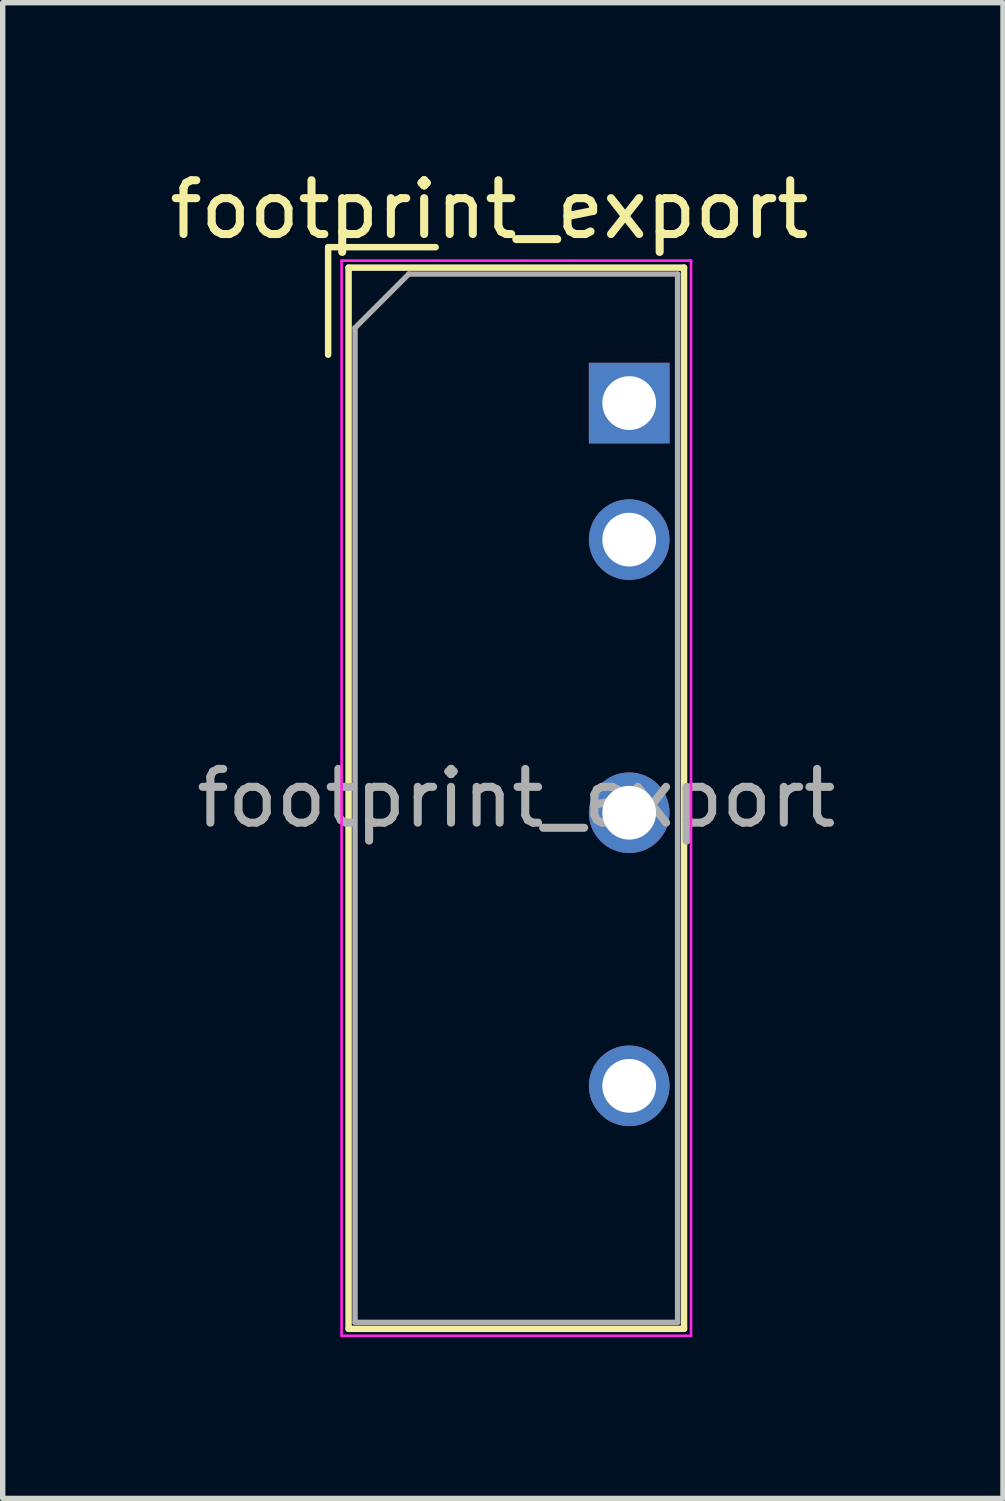
<source format=kicad_pcb>
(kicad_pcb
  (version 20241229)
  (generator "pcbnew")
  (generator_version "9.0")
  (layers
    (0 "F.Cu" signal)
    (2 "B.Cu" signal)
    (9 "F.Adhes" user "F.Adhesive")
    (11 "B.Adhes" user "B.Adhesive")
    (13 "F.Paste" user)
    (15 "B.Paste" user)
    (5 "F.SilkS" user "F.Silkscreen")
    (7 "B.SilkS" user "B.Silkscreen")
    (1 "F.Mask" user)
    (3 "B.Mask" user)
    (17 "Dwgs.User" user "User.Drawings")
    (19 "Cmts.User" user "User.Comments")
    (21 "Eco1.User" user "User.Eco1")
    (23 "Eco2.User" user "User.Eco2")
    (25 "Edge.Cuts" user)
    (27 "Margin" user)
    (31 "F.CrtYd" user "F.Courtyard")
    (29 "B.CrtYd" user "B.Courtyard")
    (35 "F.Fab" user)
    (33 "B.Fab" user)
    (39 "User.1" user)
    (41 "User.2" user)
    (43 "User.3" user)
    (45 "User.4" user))
  (footprint "footprint_export"
    (layer "F.Cu")
    (at 8.654 4.448)
    (property "Reference" "footprint_export" (at -2.6 -3.6 0) (layer "F.SilkS") (effects (font (size 1 1) (thickness 0.15))))
    (attr through_hole)
    (fp_line (start -5.6 -2.9) (end -3.6 -2.9) (stroke (width 0.12) (type solid)) (layer "F.SilkS"))
    (fp_line (start -5.6 -0.9) (end -5.6 -2.9) (stroke (width 0.12) (type solid)) (layer "F.SilkS"))
    (fp_line (start -5.22 -2.52) (end -5.22 17.22) (stroke (width 0.12) (type solid)) (layer "F.SilkS"))
    (fp_line (start -5.22 -2.52) (end 1.02 -2.52) (stroke (width 0.12) (type solid)) (layer "F.SilkS"))
    (fp_line (start -5.22 17.22) (end 1.02 17.22) (stroke (width 0.12) (type solid)) (layer "F.SilkS"))
    (fp_line (start 1.02 -2.52) (end 1.02 17.22) (stroke (width 0.12) (type solid)) (layer "F.SilkS"))
    (fp_line (start -5.35 -2.65) (end -5.35 17.35) (stroke (width 0.05) (type solid)) (layer "F.CrtYd"))
    (fp_line (start -5.35 -2.65) (end 1.15 -2.65) (stroke (width 0.05) (type solid)) (layer "F.CrtYd"))
    (fp_line (start -5.35 17.35) (end 1.15 17.35) (stroke (width 0.05) (type solid)) (layer "F.CrtYd"))
    (fp_line (start 1.15 -2.65) (end 1.15 17.35) (stroke (width 0.05) (type solid)) (layer "F.CrtYd"))
    (fp_line (start -5.1 -1.4) (end -4.1 -2.4) (stroke (width 0.1) (type solid)) (layer "F.Fab"))
    (fp_line (start -5.1 17.1) (end -5.1 -1.4) (stroke (width 0.1) (type solid)) (layer "F.Fab"))
    (fp_line (start -4.1 -2.4) (end 0.9 -2.4) (stroke (width 0.1) (type solid)) (layer "F.Fab"))
    (fp_line (start 0.9 -2.4) (end 0.9 17.1) (stroke (width 0.1) (type solid)) (layer "F.Fab"))
    (fp_line (start 0.9 17.1) (end -5.1 17.1) (stroke (width 0.1) (type solid)) (layer "F.Fab"))
    (fp_text user "${REFERENCE}" (at -2.1 7.35 0) (layer "F.Fab") (effects (font (size 1 1) (thickness 0.15))))
    (pad "1" thru_hole rect (at 0 0) (size 1.5 1.5) (drill 1) (layers "*.Cu" "*.Mask"))
    (pad "2" thru_hole circle (at 0 2.54) (size 1.5 1.5) (drill 1) (layers "*.Cu" "*.Mask"))
    (pad "4" thru_hole circle (at 0 7.62) (size 1.5 1.5) (drill 1) (layers "*.Cu" "*.Mask"))
    (pad "6" thru_hole circle (at 0 12.7) (size 1.5 1.5) (drill 1) (layers "*.Cu" "*.Mask")))
  (gr_rect
    (start -3 -3)
    (end 15.607 24.823)
    (stroke (width 0.1) (type default))
    (fill no)
    (layer "Edge.Cuts")))
</source>
